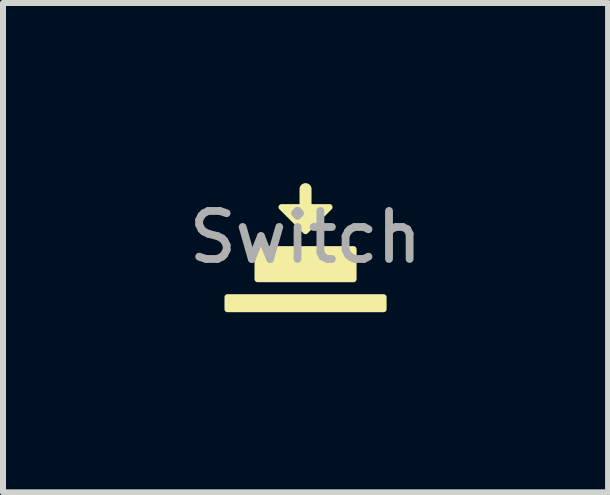
<source format=kicad_pcb>
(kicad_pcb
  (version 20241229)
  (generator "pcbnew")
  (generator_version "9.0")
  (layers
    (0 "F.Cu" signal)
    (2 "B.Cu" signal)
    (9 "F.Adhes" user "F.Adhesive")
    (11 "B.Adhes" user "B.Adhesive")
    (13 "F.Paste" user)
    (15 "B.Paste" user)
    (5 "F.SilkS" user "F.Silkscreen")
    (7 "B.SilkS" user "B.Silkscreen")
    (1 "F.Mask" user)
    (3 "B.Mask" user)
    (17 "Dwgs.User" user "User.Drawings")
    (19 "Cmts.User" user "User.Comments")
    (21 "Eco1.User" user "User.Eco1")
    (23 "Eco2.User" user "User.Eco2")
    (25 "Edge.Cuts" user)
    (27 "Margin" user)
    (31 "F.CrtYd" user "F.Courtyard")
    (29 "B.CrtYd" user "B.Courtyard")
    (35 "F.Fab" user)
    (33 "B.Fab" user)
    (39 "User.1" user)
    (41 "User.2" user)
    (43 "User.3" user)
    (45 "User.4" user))
  (footprint "Switch"
    (layer "F.Cu")
    (at 2.039 1.7)
    (property "Reference" "Switch" (at 0 -0.8 0) (layer "F.Fab") (effects (font (size 0.8 0.8) (thickness 0.13))))
    (attr through_hole)
    (fp_line (start 0 -1.2) (end 0 -1.6) (stroke (width 0.2) (type solid)) (layer "F.SilkS"))
    (fp_poly (pts (xy 0 -0.9) (xy -0.4 -1.3) (xy 0.4 -1.3)) (stroke (width 0.1) (type solid)) (fill yes) (layer "F.SilkS"))
    (fp_poly (pts (xy 0.8 -0.1) (xy -0.8 -0.1) (xy -0.8 -0.6) (xy 0.8 -0.6)) (stroke (width 0.1) (type solid)) (fill yes) (layer "F.SilkS"))
    (fp_poly (pts (xy 1.3 0.4) (xy -1.3 0.4) (xy -1.3 0.2) (xy 1.3 0.2)) (stroke (width 0.1) (type solid)) (fill yes) (layer "F.SilkS")))
  (gr_rect
    (start -3 -3)
    (end 7.078 5.15)
    (stroke (width 0.1) (type default))
    (fill no)
    (layer "Edge.Cuts")))
</source>
